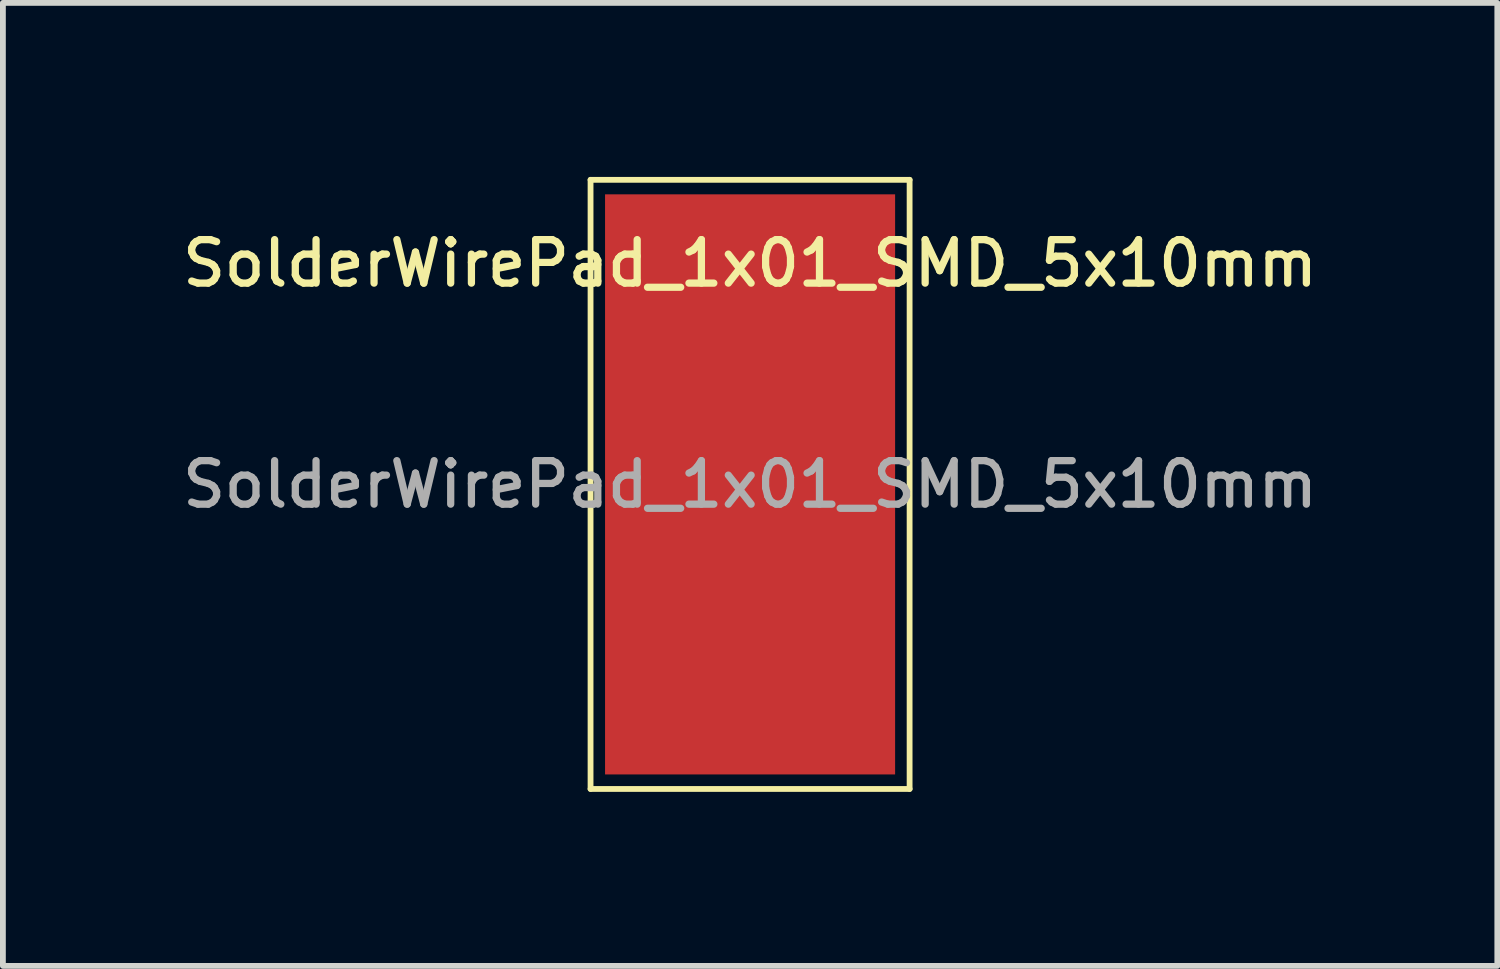
<source format=kicad_pcb>
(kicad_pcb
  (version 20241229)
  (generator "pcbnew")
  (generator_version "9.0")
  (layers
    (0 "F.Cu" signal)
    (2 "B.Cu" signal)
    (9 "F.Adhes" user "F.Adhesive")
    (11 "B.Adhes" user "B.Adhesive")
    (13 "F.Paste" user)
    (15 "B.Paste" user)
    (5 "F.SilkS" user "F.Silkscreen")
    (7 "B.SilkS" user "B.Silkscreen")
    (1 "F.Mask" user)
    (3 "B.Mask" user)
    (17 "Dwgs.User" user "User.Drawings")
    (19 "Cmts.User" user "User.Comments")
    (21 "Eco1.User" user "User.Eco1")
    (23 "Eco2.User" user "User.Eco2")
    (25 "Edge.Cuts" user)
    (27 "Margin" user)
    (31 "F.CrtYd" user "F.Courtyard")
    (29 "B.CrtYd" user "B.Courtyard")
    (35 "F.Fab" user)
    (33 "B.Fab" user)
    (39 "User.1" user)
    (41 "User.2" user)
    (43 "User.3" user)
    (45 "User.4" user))
  (footprint "SolderWirePad_1x01_SMD_5x10mm"
    (layer "F.Cu")
    (at 9.88 5.3)
    (property "Reference" "SolderWirePad_1x01_SMD_5x10mm" (at 0 -3.81 0) (layer "F.SilkS") (effects (font (size 0.75 0.75) (thickness 0.125))))
    (attr smd exclude_from_pos_files exclude_from_bom)
    (fp_line (start -2.75 -5.25) (end -2.75 5.25) (stroke (width 0.1) (type solid)) (layer "F.SilkS"))
    (fp_line (start -2.75 5.25) (end 2.75 5.25) (stroke (width 0.1) (type solid)) (layer "F.SilkS"))
    (fp_line (start 2.75 -5.25) (end -2.75 -5.25) (stroke (width 0.1) (type solid)) (layer "F.SilkS"))
    (fp_line (start 2.75 5.25) (end 2.75 -5.25) (stroke (width 0.1) (type solid)) (layer "F.SilkS"))
    (fp_text user "${REFERENCE}" (at 0 0 0) (layer "F.Fab") (effects (font (size 0.75 0.75) (thickness 0.125))))
    (pad "1" smd rect (at 0 0) (size 5 10) (layers "F.Cu" "F.Mask" "F.Paste")))
  (gr_rect
    (start -3 -3)
    (end 22.761 13.6)
    (stroke (width 0.1) (type default))
    (fill no)
    (layer "Edge.Cuts")))
</source>
